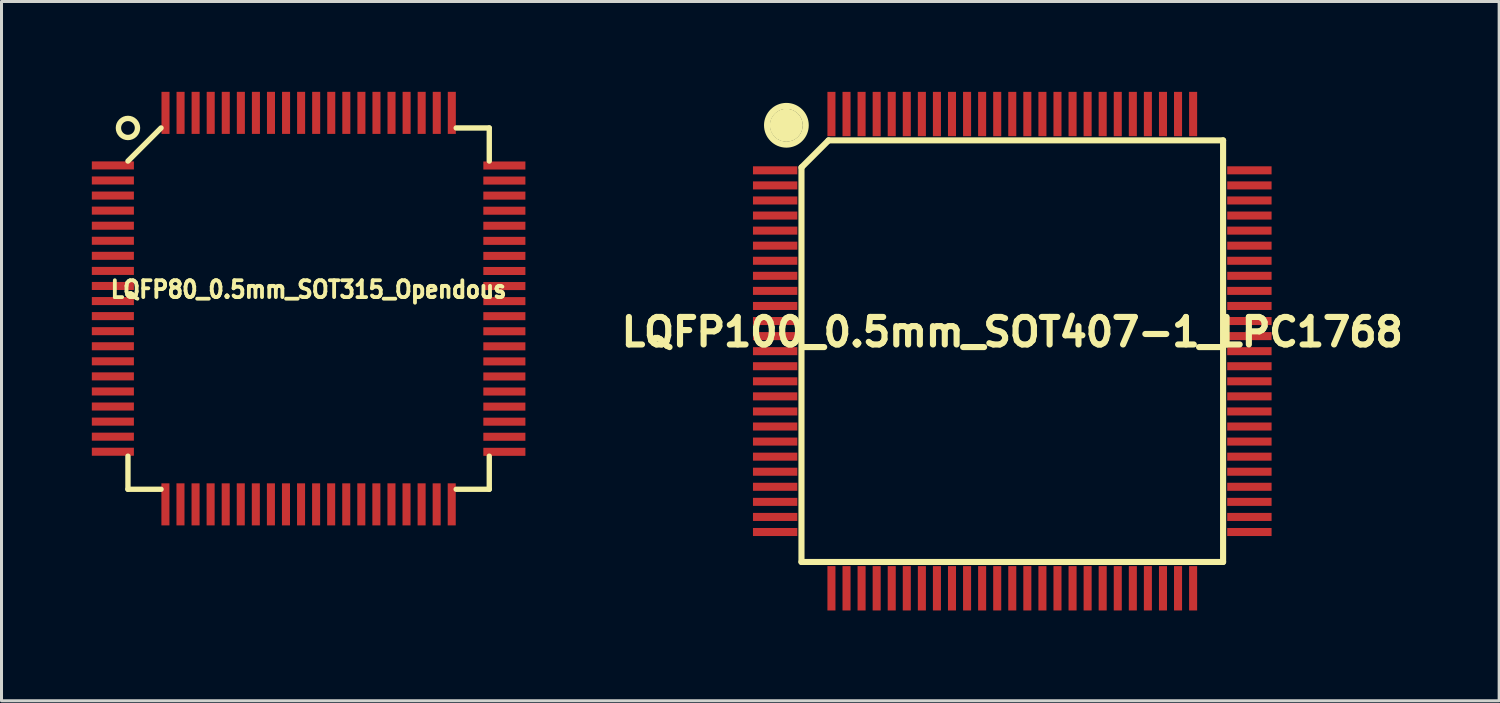
<source format=kicad_pcb>
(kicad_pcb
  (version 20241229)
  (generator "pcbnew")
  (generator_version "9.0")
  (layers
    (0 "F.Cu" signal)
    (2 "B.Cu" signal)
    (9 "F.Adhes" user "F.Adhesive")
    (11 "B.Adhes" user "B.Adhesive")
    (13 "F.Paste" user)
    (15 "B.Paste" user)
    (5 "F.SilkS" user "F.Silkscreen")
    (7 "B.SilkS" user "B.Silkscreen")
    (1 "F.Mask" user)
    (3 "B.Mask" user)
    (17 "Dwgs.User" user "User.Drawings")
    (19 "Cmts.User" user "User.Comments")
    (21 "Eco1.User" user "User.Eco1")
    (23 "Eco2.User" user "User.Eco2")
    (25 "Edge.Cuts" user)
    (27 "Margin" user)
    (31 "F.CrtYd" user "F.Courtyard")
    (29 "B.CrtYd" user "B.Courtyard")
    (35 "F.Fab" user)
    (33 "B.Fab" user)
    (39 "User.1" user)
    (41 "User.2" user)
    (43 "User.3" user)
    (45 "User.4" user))
  (footprint "LQFP100_0.5mm_SOT407-1_LPC1768"
    (layer "F.Cu")
    (at 30.564 8.611)
    (property "Reference" "LQFP100_0.5mm_SOT407-1_LPC1768" (at 0 -0.635 0) (layer "F.SilkS") (effects (font (size 0.914 0.914) (thickness 0.203))))
    (attr smd)
    (fp_line (start -7 -6.101) (end -7 7) (stroke (width 0.203) (type solid)) (layer "F.SilkS"))
    (fp_line (start -7 -6.101) (end -6.101 -7) (stroke (width 0.203) (type solid)) (layer "F.SilkS"))
    (fp_line (start 7 -7) (end -6.101 -7) (stroke (width 0.203) (type solid)) (layer "F.SilkS"))
    (fp_line (start 7 -7) (end 7 7) (stroke (width 0.203) (type solid)) (layer "F.SilkS"))
    (fp_line (start 7 7) (end -7 7) (stroke (width 0.203) (type solid)) (layer "F.SilkS"))
    (fp_circle (center -7.503 -7.501) (end -7.104 -7.3) (stroke (width 0.203) (type solid)) (fill no) (layer "F.SilkS"))
    (fp_circle (center -7.501 -7.501) (end -7.399 -7.6) (stroke (width 0.203) (type solid)) (fill no) (layer "F.SilkS"))
    (fp_circle (center -7.501 -7.501) (end -7.399 -7.501) (stroke (width 0.203) (type solid)) (fill no) (layer "F.SilkS"))
    (fp_circle (center -7.501 -7.501) (end -7.3 -7.699) (stroke (width 0.203) (type solid)) (fill no) (layer "F.SilkS"))
    (fp_circle (center -7.501 -7.501) (end -7.099 -8.001) (stroke (width 0.203) (type solid)) (fill no) (layer "F.SilkS"))
    (pad "1" smd rect (at -7.874 -6.005 90) (size 0.267 1.473) (layers "F.Cu" "F.Mask" "F.Paste"))
    (pad "2" smd rect (at -7.874 -5.504 90) (size 0.267 1.473) (layers "F.Cu" "F.Mask" "F.Paste"))
    (pad "3" smd rect (at -7.874 -5.004 90) (size 0.267 1.473) (layers "F.Cu" "F.Mask" "F.Paste"))
    (pad "4" smd rect (at -7.874 -4.503 90) (size 0.267 1.473) (layers "F.Cu" "F.Mask" "F.Paste"))
    (pad "5" smd rect (at -7.874 -4.003 90) (size 0.267 1.473) (layers "F.Cu" "F.Mask" "F.Paste"))
    (pad "6" smd rect (at -7.874 -3.503 90) (size 0.267 1.473) (layers "F.Cu" "F.Mask" "F.Paste"))
    (pad "7" smd rect (at -7.874 -3.002 90) (size 0.267 1.473) (layers "F.Cu" "F.Mask" "F.Paste"))
    (pad "8" smd rect (at -7.874 -2.502 90) (size 0.267 1.473) (layers "F.Cu" "F.Mask" "F.Paste"))
    (pad "9" smd rect (at -7.874 -2.002 90) (size 0.267 1.473) (layers "F.Cu" "F.Mask" "F.Paste"))
    (pad "10" smd rect (at -7.874 -1.501 90) (size 0.267 1.473) (layers "F.Cu" "F.Mask" "F.Paste"))
    (pad "11" smd rect (at -7.874 -1.001 90) (size 0.267 1.473) (layers "F.Cu" "F.Mask" "F.Paste"))
    (pad "12" smd rect (at -7.874 -0.5 90) (size 0.267 1.473) (layers "F.Cu" "F.Mask" "F.Paste"))
    (pad "13" smd rect (at -7.874 0 90) (size 0.267 1.473) (layers "F.Cu" "F.Mask" "F.Paste"))
    (pad "14" smd rect (at -7.874 0.5 90) (size 0.267 1.473) (layers "F.Cu" "F.Mask" "F.Paste"))
    (pad "15" smd rect (at -7.874 1.001 90) (size 0.267 1.473) (layers "F.Cu" "F.Mask" "F.Paste"))
    (pad "16" smd rect (at -7.874 1.501 90) (size 0.267 1.473) (layers "F.Cu" "F.Mask" "F.Paste"))
    (pad "17" smd rect (at -7.874 2.002 90) (size 0.267 1.473) (layers "F.Cu" "F.Mask" "F.Paste"))
    (pad "18" smd rect (at -7.874 2.502 90) (size 0.267 1.473) (layers "F.Cu" "F.Mask" "F.Paste"))
    (pad "19" smd rect (at -7.874 3.002 90) (size 0.267 1.473) (layers "F.Cu" "F.Mask" "F.Paste"))
    (pad "20" smd rect (at -7.874 3.503 90) (size 0.267 1.473) (layers "F.Cu" "F.Mask" "F.Paste"))
    (pad "21" smd rect (at -7.874 4.003 90) (size 0.267 1.473) (layers "F.Cu" "F.Mask" "F.Paste"))
    (pad "22" smd rect (at -7.874 4.503 90) (size 0.267 1.473) (layers "F.Cu" "F.Mask" "F.Paste"))
    (pad "23" smd rect (at -7.874 5.004 90) (size 0.267 1.473) (layers "F.Cu" "F.Mask" "F.Paste"))
    (pad "24" smd rect (at -7.874 5.504 90) (size 0.267 1.473) (layers "F.Cu" "F.Mask" "F.Paste"))
    (pad "25" smd rect (at -7.874 6.005 90) (size 0.267 1.473) (layers "F.Cu" "F.Mask" "F.Paste"))
    (pad "26" smd rect (at -6.005 7.874) (size 0.267 1.473) (layers "F.Cu" "F.Mask" "F.Paste"))
    (pad "27" smd rect (at -5.504 7.874) (size 0.267 1.473) (layers "F.Cu" "F.Mask" "F.Paste"))
    (pad "28" smd rect (at -5.004 7.874) (size 0.267 1.473) (layers "F.Cu" "F.Mask" "F.Paste"))
    (pad "29" smd rect (at -4.503 7.874) (size 0.267 1.473) (layers "F.Cu" "F.Mask" "F.Paste"))
    (pad "30" smd rect (at -4.003 7.874) (size 0.267 1.473) (layers "F.Cu" "F.Mask" "F.Paste"))
    (pad "31" smd rect (at -3.503 7.874) (size 0.267 1.473) (layers "F.Cu" "F.Mask" "F.Paste"))
    (pad "32" smd rect (at -3.002 7.874) (size 0.267 1.473) (layers "F.Cu" "F.Mask" "F.Paste"))
    (pad "33" smd rect (at -2.502 7.874) (size 0.267 1.473) (layers "F.Cu" "F.Mask" "F.Paste"))
    (pad "34" smd rect (at -2.002 7.874) (size 0.267 1.473) (layers "F.Cu" "F.Mask" "F.Paste"))
    (pad "35" smd rect (at -1.501 7.874) (size 0.267 1.473) (layers "F.Cu" "F.Mask" "F.Paste"))
    (pad "36" smd rect (at -1.001 7.874) (size 0.267 1.473) (layers "F.Cu" "F.Mask" "F.Paste"))
    (pad "37" smd rect (at -0.5 7.874) (size 0.267 1.473) (layers "F.Cu" "F.Mask" "F.Paste"))
    (pad "38" smd rect (at 0 7.874) (size 0.267 1.473) (layers "F.Cu" "F.Mask" "F.Paste"))
    (pad "39" smd rect (at 0.5 7.874) (size 0.267 1.473) (layers "F.Cu" "F.Mask" "F.Paste"))
    (pad "40" smd rect (at 1.001 7.874) (size 0.267 1.473) (layers "F.Cu" "F.Mask" "F.Paste"))
    (pad "41" smd rect (at 1.501 7.874) (size 0.267 1.473) (layers "F.Cu" "F.Mask" "F.Paste"))
    (pad "42" smd rect (at 2.002 7.874) (size 0.267 1.473) (layers "F.Cu" "F.Mask" "F.Paste"))
    (pad "43" smd rect (at 2.502 7.874) (size 0.267 1.473) (layers "F.Cu" "F.Mask" "F.Paste"))
    (pad "44" smd rect (at 3.002 7.874) (size 0.267 1.473) (layers "F.Cu" "F.Mask" "F.Paste"))
    (pad "45" smd rect (at 3.503 7.874) (size 0.267 1.473) (layers "F.Cu" "F.Mask" "F.Paste"))
    (pad "46" smd rect (at 4.003 7.874) (size 0.267 1.473) (layers "F.Cu" "F.Mask" "F.Paste"))
    (pad "47" smd rect (at 4.503 7.874) (size 0.267 1.473) (layers "F.Cu" "F.Mask" "F.Paste"))
    (pad "48" smd rect (at 5.004 7.874) (size 0.267 1.473) (layers "F.Cu" "F.Mask" "F.Paste"))
    (pad "49" smd rect (at 5.504 7.874) (size 0.267 1.473) (layers "F.Cu" "F.Mask" "F.Paste"))
    (pad "50" smd rect (at 6.005 7.874) (size 0.267 1.473) (layers "F.Cu" "F.Mask" "F.Paste"))
    (pad "51" smd rect (at 7.874 6.005 270) (size 0.267 1.473) (layers "F.Cu" "F.Mask" "F.Paste"))
    (pad "52" smd rect (at 7.874 5.504 270) (size 0.267 1.473) (layers "F.Cu" "F.Mask" "F.Paste"))
    (pad "53" smd rect (at 7.874 5.004 270) (size 0.267 1.473) (layers "F.Cu" "F.Mask" "F.Paste"))
    (pad "54" smd rect (at 7.874 4.503 270) (size 0.267 1.473) (layers "F.Cu" "F.Mask" "F.Paste"))
    (pad "55" smd rect (at 7.874 4.003 270) (size 0.267 1.473) (layers "F.Cu" "F.Mask" "F.Paste"))
    (pad "56" smd rect (at 7.874 3.503 270) (size 0.267 1.473) (layers "F.Cu" "F.Mask" "F.Paste"))
    (pad "57" smd rect (at 7.874 3.002 270) (size 0.267 1.473) (layers "F.Cu" "F.Mask" "F.Paste"))
    (pad "58" smd rect (at 7.874 2.502 270) (size 0.267 1.473) (layers "F.Cu" "F.Mask" "F.Paste"))
    (pad "59" smd rect (at 7.874 2.002 270) (size 0.267 1.473) (layers "F.Cu" "F.Mask" "F.Paste"))
    (pad "60" smd rect (at 7.874 1.501 270) (size 0.267 1.473) (layers "F.Cu" "F.Mask" "F.Paste"))
    (pad "61" smd rect (at 7.874 1.001 270) (size 0.267 1.473) (layers "F.Cu" "F.Mask" "F.Paste"))
    (pad "62" smd rect (at 7.874 0.5 270) (size 0.267 1.473) (layers "F.Cu" "F.Mask" "F.Paste"))
    (pad "63" smd rect (at 7.874 0 270) (size 0.267 1.473) (layers "F.Cu" "F.Mask" "F.Paste"))
    (pad "64" smd rect (at 7.874 -0.5 270) (size 0.267 1.473) (layers "F.Cu" "F.Mask" "F.Paste"))
    (pad "65" smd rect (at 7.874 -1.001 270) (size 0.267 1.473) (layers "F.Cu" "F.Mask" "F.Paste"))
    (pad "66" smd rect (at 7.874 -1.501 270) (size 0.267 1.473) (layers "F.Cu" "F.Mask" "F.Paste"))
    (pad "67" smd rect (at 7.874 -2.002 270) (size 0.267 1.473) (layers "F.Cu" "F.Mask" "F.Paste"))
    (pad "68" smd rect (at 7.874 -2.502 270) (size 0.267 1.473) (layers "F.Cu" "F.Mask" "F.Paste"))
    (pad "69" smd rect (at 7.874 -3.002 270) (size 0.267 1.473) (layers "F.Cu" "F.Mask" "F.Paste"))
    (pad "70" smd rect (at 7.874 -3.503 270) (size 0.267 1.473) (layers "F.Cu" "F.Mask" "F.Paste"))
    (pad "71" smd rect (at 7.874 -4.003 270) (size 0.267 1.473) (layers "F.Cu" "F.Mask" "F.Paste"))
    (pad "72" smd rect (at 7.874 -4.503 270) (size 0.267 1.473) (layers "F.Cu" "F.Mask" "F.Paste"))
    (pad "73" smd rect (at 7.874 -5.004 270) (size 0.267 1.473) (layers "F.Cu" "F.Mask" "F.Paste"))
    (pad "74" smd rect (at 7.874 -5.504 270) (size 0.267 1.473) (layers "F.Cu" "F.Mask" "F.Paste"))
    (pad "75" smd rect (at 7.874 -6.005 270) (size 0.267 1.473) (layers "F.Cu" "F.Mask" "F.Paste"))
    (pad "76" smd rect (at 6.005 -7.874) (size 0.267 1.473) (layers "F.Cu" "F.Mask" "F.Paste"))
    (pad "77" smd rect (at 5.504 -7.874) (size 0.267 1.473) (layers "F.Cu" "F.Mask" "F.Paste"))
    (pad "78" smd rect (at 5.004 -7.874) (size 0.267 1.473) (layers "F.Cu" "F.Mask" "F.Paste"))
    (pad "79" smd rect (at 4.503 -7.874) (size 0.267 1.473) (layers "F.Cu" "F.Mask" "F.Paste"))
    (pad "80" smd rect (at 4.003 -7.874) (size 0.267 1.473) (layers "F.Cu" "F.Mask" "F.Paste"))
    (pad "81" smd rect (at 3.503 -7.874) (size 0.267 1.473) (layers "F.Cu" "F.Mask" "F.Paste"))
    (pad "82" smd rect (at 3.002 -7.874) (size 0.267 1.473) (layers "F.Cu" "F.Mask" "F.Paste"))
    (pad "83" smd rect (at 2.502 -7.874) (size 0.267 1.473) (layers "F.Cu" "F.Mask" "F.Paste"))
    (pad "84" smd rect (at 2.002 -7.874) (size 0.267 1.473) (layers "F.Cu" "F.Mask" "F.Paste"))
    (pad "85" smd rect (at 1.501 -7.874) (size 0.267 1.473) (layers "F.Cu" "F.Mask" "F.Paste"))
    (pad "86" smd rect (at 1.001 -7.874) (size 0.267 1.473) (layers "F.Cu" "F.Mask" "F.Paste"))
    (pad "87" smd rect (at 0.5 -7.874) (size 0.267 1.473) (layers "F.Cu" "F.Mask" "F.Paste"))
    (pad "88" smd rect (at 0 -7.874) (size 0.267 1.473) (layers "F.Cu" "F.Mask" "F.Paste"))
    (pad "89" smd rect (at -0.5 -7.874) (size 0.267 1.473) (layers "F.Cu" "F.Mask" "F.Paste"))
    (pad "90" smd rect (at -1.001 -7.874) (size 0.267 1.473) (layers "F.Cu" "F.Mask" "F.Paste"))
    (pad "91" smd rect (at -1.501 -7.874) (size 0.267 1.473) (layers "F.Cu" "F.Mask" "F.Paste"))
    (pad "92" smd rect (at -2.002 -7.874) (size 0.267 1.473) (layers "F.Cu" "F.Mask" "F.Paste"))
    (pad "93" smd rect (at -2.502 -7.874) (size 0.267 1.473) (layers "F.Cu" "F.Mask" "F.Paste"))
    (pad "94" smd rect (at -3.002 -7.874) (size 0.267 1.473) (layers "F.Cu" "F.Mask" "F.Paste"))
    (pad "95" smd rect (at -3.503 -7.874) (size 0.267 1.473) (layers "F.Cu" "F.Mask" "F.Paste"))
    (pad "96" smd rect (at -4.003 -7.874) (size 0.267 1.473) (layers "F.Cu" "F.Mask" "F.Paste"))
    (pad "97" smd rect (at -4.503 -7.874) (size 0.267 1.473) (layers "F.Cu" "F.Mask" "F.Paste"))
    (pad "98" smd rect (at -5.004 -7.874) (size 0.267 1.473) (layers "F.Cu" "F.Mask" "F.Paste"))
    (pad "99" smd rect (at -5.504 -7.874) (size 0.267 1.473) (layers "F.Cu" "F.Mask" "F.Paste"))
    (pad "100" smd rect (at -6.005 -7.874) (size 0.267 1.473) (layers "F.Cu" "F.Mask" "F.Paste")))
  (footprint "LQFP80_0.5mm_SOT315_Opendous"
    (layer "F.Cu")
    (at 7.198 7.198)
    (property "Reference" "LQFP80_0.5mm_SOT315_Opendous" (at 0 -0.635 0) (layer "F.SilkS") (effects (font (size 0.559 0.508) (thickness 0.127))))
    (attr smd)
    (fp_line (start -5.999 -4.9) (end -4.9 -5.999) (stroke (width 0.178) (type solid)) (layer "F.SilkS"))
    (fp_line (start -5.999 5.999) (end -5.999 4.9) (stroke (width 0.178) (type solid)) (layer "F.SilkS"))
    (fp_line (start -5.999 5.999) (end -4.9 5.999) (stroke (width 0.178) (type solid)) (layer "F.SilkS"))
    (fp_line (start 5.999 -5.999) (end 4.9 -5.999) (stroke (width 0.178) (type solid)) (layer "F.SilkS"))
    (fp_line (start 5.999 -5.999) (end 5.999 -4.9) (stroke (width 0.178) (type solid)) (layer "F.SilkS"))
    (fp_line (start 5.999 5.999) (end 4.9 5.999) (stroke (width 0.178) (type solid)) (layer "F.SilkS"))
    (fp_line (start 5.999 5.999) (end 5.999 4.9) (stroke (width 0.178) (type solid)) (layer "F.SilkS"))
    (fp_circle (center -5.999 -5.999) (end -6.299 -6.101) (stroke (width 0.178) (type solid)) (fill no) (layer "F.SilkS"))
    (pad "1" smd rect (at -6.5 -4.755 90) (size 0.267 1.397) (layers "F.Cu" "F.Mask" "F.Paste"))
    (pad "2" smd rect (at -6.5 -4.255 90) (size 0.267 1.397) (layers "F.Cu" "F.Mask" "F.Paste"))
    (pad "3" smd rect (at -6.5 -3.754 90) (size 0.267 1.397) (layers "F.Cu" "F.Mask" "F.Paste"))
    (pad "4" smd rect (at -6.5 -3.254 90) (size 0.267 1.397) (layers "F.Cu" "F.Mask" "F.Paste"))
    (pad "5" smd rect (at -6.5 -2.753 90) (size 0.267 1.397) (layers "F.Cu" "F.Mask" "F.Paste"))
    (pad "6" smd rect (at -6.5 -2.253 90) (size 0.267 1.397) (layers "F.Cu" "F.Mask" "F.Paste"))
    (pad "7" smd rect (at -6.5 -1.753 90) (size 0.267 1.397) (layers "F.Cu" "F.Mask" "F.Paste"))
    (pad "8" smd rect (at -6.5 -1.252 90) (size 0.267 1.397) (layers "F.Cu" "F.Mask" "F.Paste"))
    (pad "9" smd rect (at -6.5 -0.752 90) (size 0.267 1.397) (layers "F.Cu" "F.Mask" "F.Paste"))
    (pad "10" smd rect (at -6.5 -0.251 90) (size 0.267 1.397) (layers "F.Cu" "F.Mask" "F.Paste"))
    (pad "11" smd rect (at -6.5 0.249 90) (size 0.267 1.397) (layers "F.Cu" "F.Mask" "F.Paste"))
    (pad "12" smd rect (at -6.5 0.749 90) (size 0.267 1.397) (layers "F.Cu" "F.Mask" "F.Paste"))
    (pad "13" smd rect (at -6.5 1.25 90) (size 0.267 1.397) (layers "F.Cu" "F.Mask" "F.Paste"))
    (pad "14" smd rect (at -6.5 1.75 90) (size 0.267 1.397) (layers "F.Cu" "F.Mask" "F.Paste"))
    (pad "15" smd rect (at -6.5 2.25 90) (size 0.267 1.397) (layers "F.Cu" "F.Mask" "F.Paste"))
    (pad "16" smd rect (at -6.5 2.751 90) (size 0.267 1.397) (layers "F.Cu" "F.Mask" "F.Paste"))
    (pad "17" smd rect (at -6.5 3.251 90) (size 0.267 1.397) (layers "F.Cu" "F.Mask" "F.Paste"))
    (pad "18" smd rect (at -6.5 3.752 90) (size 0.267 1.397) (layers "F.Cu" "F.Mask" "F.Paste"))
    (pad "19" smd rect (at -6.5 4.252 90) (size 0.267 1.397) (layers "F.Cu" "F.Mask" "F.Paste"))
    (pad "20" smd rect (at -6.5 4.752 90) (size 0.267 1.397) (layers "F.Cu" "F.Mask" "F.Paste"))
    (pad "21" smd rect (at -4.755 6.5) (size 0.267 1.397) (layers "F.Cu" "F.Mask" "F.Paste"))
    (pad "22" smd rect (at -4.255 6.5) (size 0.267 1.397) (layers "F.Cu" "F.Mask" "F.Paste"))
    (pad "23" smd rect (at -3.754 6.5) (size 0.267 1.397) (layers "F.Cu" "F.Mask" "F.Paste"))
    (pad "24" smd rect (at -3.254 6.5) (size 0.267 1.397) (layers "F.Cu" "F.Mask" "F.Paste"))
    (pad "25" smd rect (at -2.753 6.5) (size 0.267 1.397) (layers "F.Cu" "F.Mask" "F.Paste"))
    (pad "26" smd rect (at -2.253 6.5) (size 0.267 1.397) (layers "F.Cu" "F.Mask" "F.Paste"))
    (pad "27" smd rect (at -1.753 6.5) (size 0.267 1.397) (layers "F.Cu" "F.Mask" "F.Paste"))
    (pad "28" smd rect (at -1.252 6.5) (size 0.267 1.397) (layers "F.Cu" "F.Mask" "F.Paste"))
    (pad "29" smd rect (at -0.752 6.5) (size 0.267 1.397) (layers "F.Cu" "F.Mask" "F.Paste"))
    (pad "30" smd rect (at -0.251 6.5) (size 0.267 1.397) (layers "F.Cu" "F.Mask" "F.Paste"))
    (pad "31" smd rect (at 0.249 6.5) (size 0.267 1.397) (layers "F.Cu" "F.Mask" "F.Paste"))
    (pad "32" smd rect (at 0.749 6.5) (size 0.267 1.397) (layers "F.Cu" "F.Mask" "F.Paste"))
    (pad "33" smd rect (at 1.25 6.5) (size 0.267 1.397) (layers "F.Cu" "F.Mask" "F.Paste"))
    (pad "34" smd rect (at 1.75 6.5) (size 0.267 1.397) (layers "F.Cu" "F.Mask" "F.Paste"))
    (pad "35" smd rect (at 2.25 6.5) (size 0.267 1.397) (layers "F.Cu" "F.Mask" "F.Paste"))
    (pad "36" smd rect (at 2.751 6.5) (size 0.267 1.397) (layers "F.Cu" "F.Mask" "F.Paste"))
    (pad "37" smd rect (at 3.251 6.5) (size 0.267 1.397) (layers "F.Cu" "F.Mask" "F.Paste"))
    (pad "38" smd rect (at 3.752 6.5) (size 0.267 1.397) (layers "F.Cu" "F.Mask" "F.Paste"))
    (pad "39" smd rect (at 4.252 6.5) (size 0.267 1.397) (layers "F.Cu" "F.Mask" "F.Paste"))
    (pad "40" smd rect (at 4.752 6.5) (size 0.267 1.397) (layers "F.Cu" "F.Mask" "F.Paste"))
    (pad "41" smd rect (at 6.5 4.755 270) (size 0.267 1.397) (layers "F.Cu" "F.Mask" "F.Paste"))
    (pad "42" smd rect (at 6.5 4.255 270) (size 0.267 1.397) (layers "F.Cu" "F.Mask" "F.Paste"))
    (pad "43" smd rect (at 6.5 3.754 270) (size 0.267 1.397) (layers "F.Cu" "F.Mask" "F.Paste"))
    (pad "44" smd rect (at 6.5 3.254 270) (size 0.267 1.397) (layers "F.Cu" "F.Mask" "F.Paste"))
    (pad "45" smd rect (at 6.5 2.753 270) (size 0.267 1.397) (layers "F.Cu" "F.Mask" "F.Paste"))
    (pad "46" smd rect (at 6.5 2.253 270) (size 0.267 1.397) (layers "F.Cu" "F.Mask" "F.Paste"))
    (pad "47" smd rect (at 6.5 1.753 270) (size 0.267 1.397) (layers "F.Cu" "F.Mask" "F.Paste"))
    (pad "48" smd rect (at 6.5 1.252 270) (size 0.267 1.397) (layers "F.Cu" "F.Mask" "F.Paste"))
    (pad "49" smd rect (at 6.5 0.752 270) (size 0.267 1.397) (layers "F.Cu" "F.Mask" "F.Paste"))
    (pad "50" smd rect (at 6.5 0.251 270) (size 0.267 1.397) (layers "F.Cu" "F.Mask" "F.Paste"))
    (pad "51" smd rect (at 6.5 -0.249 270) (size 0.267 1.397) (layers "F.Cu" "F.Mask" "F.Paste"))
    (pad "52" smd rect (at 6.5 -0.749 270) (size 0.267 1.397) (layers "F.Cu" "F.Mask" "F.Paste"))
    (pad "53" smd rect (at 6.5 -1.25 270) (size 0.267 1.397) (layers "F.Cu" "F.Mask" "F.Paste"))
    (pad "54" smd rect (at 6.5 -1.75 270) (size 0.267 1.397) (layers "F.Cu" "F.Mask" "F.Paste"))
    (pad "55" smd rect (at 6.5 -2.25 270) (size 0.267 1.397) (layers "F.Cu" "F.Mask" "F.Paste"))
    (pad "56" smd rect (at 6.5 -2.751 270) (size 0.267 1.397) (layers "F.Cu" "F.Mask" "F.Paste"))
    (pad "57" smd rect (at 6.5 -3.251 270) (size 0.267 1.397) (layers "F.Cu" "F.Mask" "F.Paste"))
    (pad "58" smd rect (at 6.5 -3.752 270) (size 0.267 1.397) (layers "F.Cu" "F.Mask" "F.Paste"))
    (pad "59" smd rect (at 6.5 -4.252 270) (size 0.267 1.397) (layers "F.Cu" "F.Mask" "F.Paste"))
    (pad "60" smd rect (at 6.5 -4.752 270) (size 0.267 1.397) (layers "F.Cu" "F.Mask" "F.Paste"))
    (pad "61" smd rect (at 4.755 -6.5) (size 0.267 1.397) (layers "F.Cu" "F.Mask" "F.Paste"))
    (pad "62" smd rect (at 4.255 -6.5) (size 0.267 1.397) (layers "F.Cu" "F.Mask" "F.Paste"))
    (pad "63" smd rect (at 3.754 -6.5) (size 0.267 1.397) (layers "F.Cu" "F.Mask" "F.Paste"))
    (pad "64" smd rect (at 3.254 -6.5) (size 0.267 1.397) (layers "F.Cu" "F.Mask" "F.Paste"))
    (pad "65" smd rect (at 2.753 -6.5) (size 0.267 1.397) (layers "F.Cu" "F.Mask" "F.Paste"))
    (pad "66" smd rect (at 2.253 -6.5) (size 0.267 1.397) (layers "F.Cu" "F.Mask" "F.Paste"))
    (pad "67" smd rect (at 1.753 -6.5) (size 0.267 1.397) (layers "F.Cu" "F.Mask" "F.Paste"))
    (pad "68" smd rect (at 1.252 -6.5) (size 0.267 1.397) (layers "F.Cu" "F.Mask" "F.Paste"))
    (pad "69" smd rect (at 0.752 -6.5) (size 0.267 1.397) (layers "F.Cu" "F.Mask" "F.Paste"))
    (pad "70" smd rect (at 0.251 -6.5) (size 0.267 1.397) (layers "F.Cu" "F.Mask" "F.Paste"))
    (pad "71" smd rect (at -0.249 -6.5) (size 0.267 1.397) (layers "F.Cu" "F.Mask" "F.Paste"))
    (pad "72" smd rect (at -0.749 -6.5) (size 0.267 1.397) (layers "F.Cu" "F.Mask" "F.Paste"))
    (pad "73" smd rect (at -1.25 -6.5) (size 0.267 1.397) (layers "F.Cu" "F.Mask" "F.Paste"))
    (pad "74" smd rect (at -1.75 -6.5) (size 0.267 1.397) (layers "F.Cu" "F.Mask" "F.Paste"))
    (pad "75" smd rect (at -2.25 -6.5) (size 0.267 1.397) (layers "F.Cu" "F.Mask" "F.Paste"))
    (pad "76" smd rect (at -2.751 -6.5) (size 0.267 1.397) (layers "F.Cu" "F.Mask" "F.Paste"))
    (pad "77" smd rect (at -3.251 -6.5) (size 0.267 1.397) (layers "F.Cu" "F.Mask" "F.Paste"))
    (pad "78" smd rect (at -3.752 -6.5) (size 0.267 1.397) (layers "F.Cu" "F.Mask" "F.Paste"))
    (pad "79" smd rect (at -4.252 -6.5) (size 0.267 1.397) (layers "F.Cu" "F.Mask" "F.Paste"))
    (pad "80" smd rect (at -4.752 -6.5) (size 0.267 1.397) (layers "F.Cu" "F.Mask" "F.Paste")))
  (gr_rect
    (start -3 -3)
    (end 46.731 20.221)
    (stroke (width 0.1) (type default))
    (fill no)
    (layer "Edge.Cuts")))
</source>
